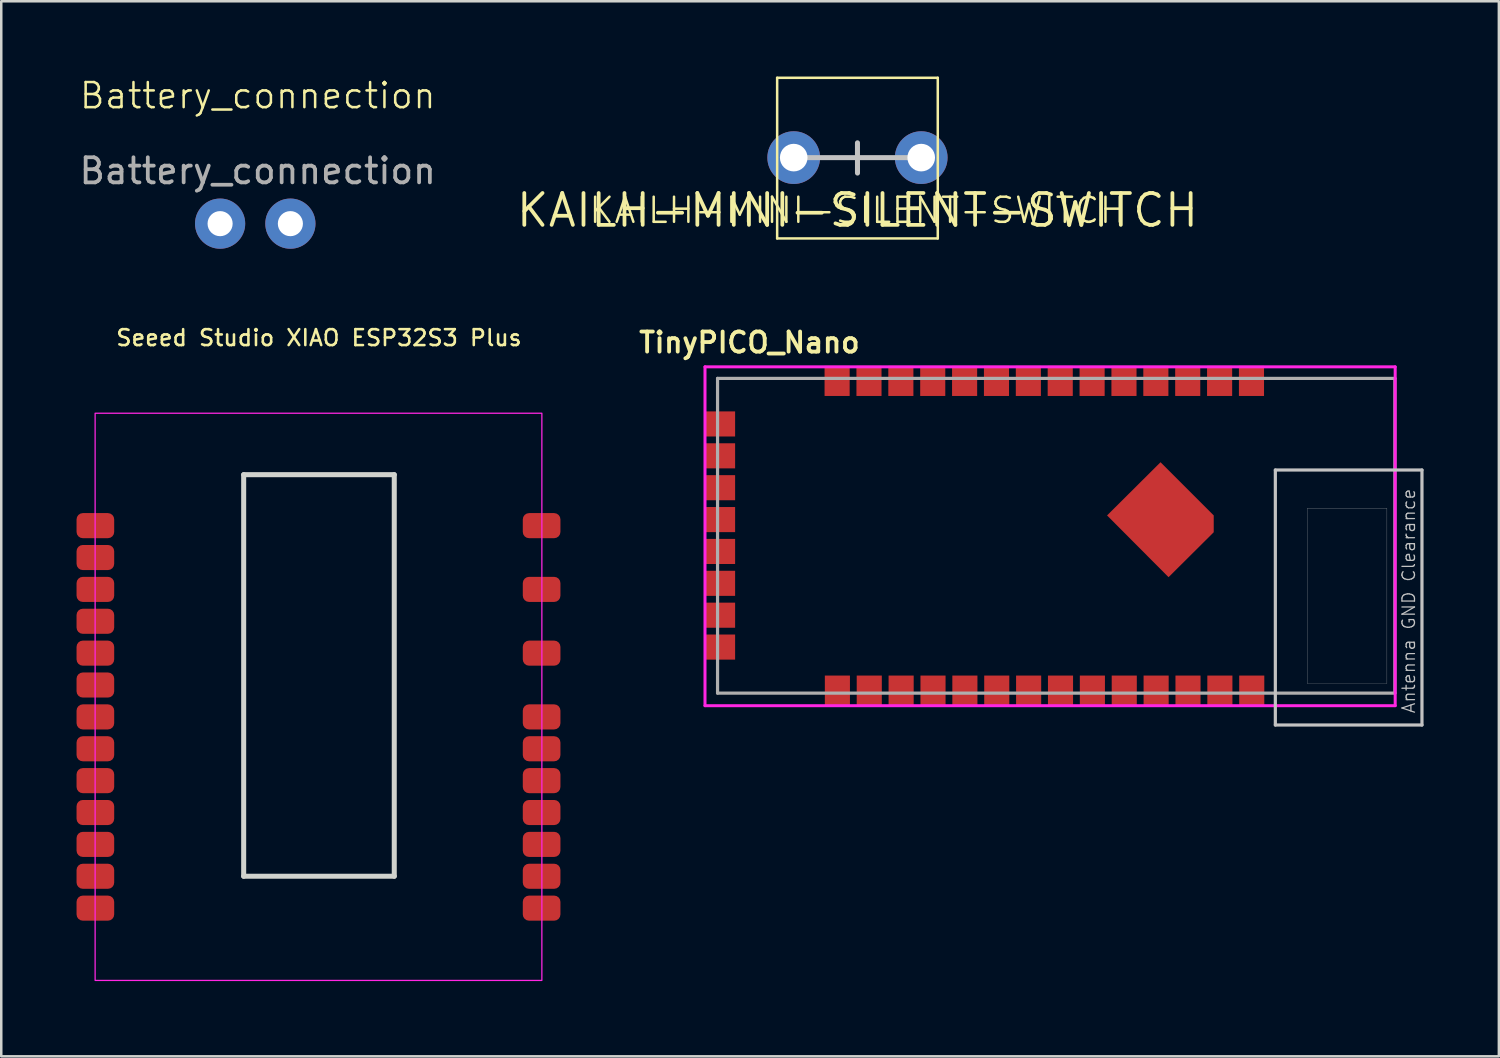
<source format=kicad_pcb>
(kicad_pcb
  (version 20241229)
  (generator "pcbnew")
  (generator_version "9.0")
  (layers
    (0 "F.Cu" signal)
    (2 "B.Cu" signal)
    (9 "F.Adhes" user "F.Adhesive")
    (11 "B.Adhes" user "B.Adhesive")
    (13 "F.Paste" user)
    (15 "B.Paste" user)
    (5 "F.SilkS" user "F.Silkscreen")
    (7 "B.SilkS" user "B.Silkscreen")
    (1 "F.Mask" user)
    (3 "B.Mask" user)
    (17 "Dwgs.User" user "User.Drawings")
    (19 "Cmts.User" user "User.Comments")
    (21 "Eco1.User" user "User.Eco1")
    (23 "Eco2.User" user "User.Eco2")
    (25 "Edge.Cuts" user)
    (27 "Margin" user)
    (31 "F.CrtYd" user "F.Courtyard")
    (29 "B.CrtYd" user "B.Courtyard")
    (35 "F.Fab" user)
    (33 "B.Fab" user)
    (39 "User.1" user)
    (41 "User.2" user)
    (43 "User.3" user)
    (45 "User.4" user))
  (footprint "Seeed Studio XIAO ESP32S3 Plus"
    (layer "F.Cu")
    (at 9.659 13.363)
    (property "Reference" "Seeed Studio XIAO ESP32S3 Plus" (at 0 -2.953 0) (unlocked yes) (layer "F.SilkS") (effects (font (size 0.635 0.635) (thickness 0.102))))
    (attr smd)
    (fp_line (start -3 2.5) (end 3 2.5) (stroke (width 0.2) (type solid)) (layer "Edge.Cuts"))
    (fp_line (start -3 18.5) (end -3 2.5) (stroke (width 0.2) (type solid)) (layer "Edge.Cuts"))
    (fp_line (start 3 2.5) (end 3 18.5) (stroke (width 0.2) (type solid)) (layer "Edge.Cuts"))
    (fp_line (start 3 18.5) (end -3 18.5) (stroke (width 0.2) (type solid)) (layer "Edge.Cuts"))
    (fp_rect (start -8.919 0.051) (end 8.881 22.651) (stroke (width 0.05) (type solid)) (fill no) (layer "F.CrtYd"))
    (fp_line (start -4.504 0.069) (end 4.497 0.069) (stroke (width 0.1) (type default)) (layer "User.1"))
    (fp_line (start -4.504 1.571) (end -4.504 0.069) (stroke (width 0.1) (type default)) (layer "User.1"))
    (fp_line (start 4.497 0.069) (end 4.497 1.581) (stroke (width 0.1) (type default)) (layer "User.1"))
    (fp_line (start 4.497 1.581) (end -4.504 1.581) (stroke (width 0.1) (type default)) (layer "User.1"))
    (fp_rect (start -3.829 0.086) (end 3.791 6.436) (stroke (width 0.076) (type default)) (fill no) (layer "User.1"))
    (pad "1" smd roundrect (at -8.909 4.531 270) (size 1 1.5) (layers "F.Cu" "F.Mask" "F.Paste") (roundrect_rratio 0.25))
    (pad "2" smd roundrect (at -8.909 7.071 270) (size 1 1.5) (layers "F.Cu" "F.Mask" "F.Paste") (roundrect_rratio 0.25))
    (pad "3" smd roundrect (at -8.909 9.611 270) (size 1 1.5) (layers "F.Cu" "F.Mask" "F.Paste") (roundrect_rratio 0.25))
    (pad "3V3" smd roundrect (at 8.871 9.611 90) (size 1 1.5) (layers "F.Cu" "F.Mask" "F.Paste") (roundrect_rratio 0.25))
    (pad "4" smd roundrect (at -8.909 12.151 270) (size 1 1.5) (layers "F.Cu" "F.Mask" "F.Paste") (roundrect_rratio 0.25))
    (pad "5" smd roundrect (at -8.909 14.691 270) (size 1 1.5) (layers "F.Cu" "F.Mask" "F.Paste") (roundrect_rratio 0.25))
    (pad "5V" smd roundrect (at 8.871 4.531 90) (size 1 1.5) (layers "F.Cu" "F.Mask" "F.Paste") (roundrect_rratio 0.25))
    (pad "6" smd roundrect (at -8.909 17.231 270) (size 1 1.5) (layers "F.Cu" "F.Mask" "F.Paste") (roundrect_rratio 0.25))
    (pad "7" smd roundrect (at 8.871 17.231 90) (size 1 1.5) (layers "F.Cu" "F.Mask" "F.Paste") (roundrect_rratio 0.25))
    (pad "8" smd roundrect (at 8.871 14.691 90) (size 1 1.5) (layers "F.Cu" "F.Mask" "F.Paste") (roundrect_rratio 0.25))
    (pad "9" smd roundrect (at 8.871 12.151 90) (size 1 1.5) (layers "F.Cu" "F.Mask" "F.Paste") (roundrect_rratio 0.25))
    (pad "10" smd roundrect (at -8.909 18.501 270) (size 1 1.5) (layers "F.Cu" "F.Mask" "F.Paste") (roundrect_rratio 0.25))
    (pad "11" smd roundrect (at 8.871 18.501 90) (size 1 1.5) (layers "F.Cu" "F.Mask" "F.Paste") (roundrect_rratio 0.25))
    (pad "12" smd roundrect (at 8.871 15.961 90) (size 1 1.5) (layers "F.Cu" "F.Mask" "F.Paste") (roundrect_rratio 0.25))
    (pad "13" smd roundrect (at 8.871 13.421 90) (size 1 1.5) (layers "F.Cu" "F.Mask" "F.Paste") (roundrect_rratio 0.25))
    (pad "38" smd roundrect (at -8.909 5.801 270) (size 1 1.5) (layers "F.Cu" "F.Mask" "F.Paste") (roundrect_rratio 0.25))
    (pad "39" smd roundrect (at -8.909 8.341 270) (size 1 1.5) (layers "F.Cu" "F.Mask" "F.Paste") (roundrect_rratio 0.25))
    (pad "40" smd roundrect (at -8.909 10.881 270) (size 1 1.5) (layers "F.Cu" "F.Mask" "F.Paste") (roundrect_rratio 0.25))
    (pad "41" smd roundrect (at -8.909 13.421 270) (size 1 1.5) (layers "F.Cu" "F.Mask" "F.Paste") (roundrect_rratio 0.25))
    (pad "42" smd roundrect (at -8.909 15.961 270) (size 1 1.5) (layers "F.Cu" "F.Mask" "F.Paste") (roundrect_rratio 0.25))
    (pad "43" smd roundrect (at -8.909 19.771 270) (size 1 1.5) (layers "F.Cu" "F.Mask" "F.Paste") (roundrect_rratio 0.25))
    (pad "44" smd roundrect (at 8.871 19.771 90) (size 1 1.5) (layers "F.Cu" "F.Mask" "F.Paste") (roundrect_rratio 0.25))
    (pad "GND" smd roundrect (at 8.871 7.071 90) (size 1 1.5) (layers "F.Cu" "F.Mask" "F.Paste") (roundrect_rratio 0.25)))
  (footprint "TinyPICO_Nano"
    (layer "F.Cu")
    (at 25.54 24.567)
    (property "Reference" "TinyPICO_Nano" (at 1.27 -13.97 0) (layer "F.SilkS") (effects (font (size 0.8 0.8) (thickness 0.153))))
    (attr smd)
    (fp_poly (pts (xy 16.383 -7.417) (xy 17.145 -7.417) (xy 17.145 -6.655) (xy 16.383 -6.655)) (stroke (width 0.01) (type solid)) (fill yes) (layer "F.Paste"))
    (fp_poly (pts (xy 17.323 -8.382) (xy 18.085 -8.382) (xy 18.085 -7.62) (xy 17.323 -7.62)) (stroke (width 0.01) (type solid)) (fill yes) (layer "F.Paste"))
    (fp_poly (pts (xy 17.424 -6.299) (xy 18.186 -6.299) (xy 18.186 -5.537) (xy 17.424 -5.537)) (stroke (width 0.01) (type solid)) (fill yes) (layer "F.Paste"))
    (fp_poly (pts (xy 18.44 -7.315) (xy 19.202 -7.315) (xy 19.202 -6.553) (xy 18.44 -6.553)) (stroke (width 0.01) (type solid)) (fill yes) (layer "F.Paste"))
    (fp_line (start 22.225 -8.89) (end 28.067 -8.89) (stroke (width 0.127) (type solid)) (layer "Dwgs.User"))
    (fp_line (start 22.225 1.27) (end 22.225 -8.89) (stroke (width 0.127) (type solid)) (layer "Dwgs.User"))
    (fp_line (start 28.067 -8.89) (end 28.067 1.27) (stroke (width 0.127) (type solid)) (layer "Dwgs.User"))
    (fp_line (start 28.067 1.27) (end 22.225 1.27) (stroke (width 0.127) (type solid)) (layer "Dwgs.User"))
    (fp_line (start -0.5 -13) (end 27 -13) (stroke (width 0.12) (type solid)) (layer "F.CrtYd"))
    (fp_line (start -0.5 0.5) (end -0.5 -13) (stroke (width 0.12) (type solid)) (layer "F.CrtYd"))
    (fp_line (start 27 -13) (end 27 0.5) (stroke (width 0.12) (type solid)) (layer "F.CrtYd"))
    (fp_line (start 27 0.5) (end -0.5 0.5) (stroke (width 0.12) (type solid)) (layer "F.CrtYd"))
    (fp_line (start 0 -12.54) (end 26.988 -12.54) (stroke (width 0.127) (type solid)) (layer "F.Fab"))
    (fp_line (start 0 0) (end 0 -12.54) (stroke (width 0.127) (type solid)) (layer "F.Fab"))
    (fp_line (start 26.988 -12.54) (end 26.988 0) (stroke (width 0.127) (type solid)) (layer "F.Fab"))
    (fp_line (start 26.988 0) (end 0 0) (stroke (width 0.127) (type solid)) (layer "F.Fab"))
    (fp_poly (pts (xy 23.495 -7.366) (xy 26.67 -7.366) (xy 26.67 -0.381) (xy 23.495 -0.381)) (stroke (width 0.01) (type solid)) (fill no) (layer "F.Fab"))
    (fp_text user "Antenna GND Clearance" (at 27.54 -3.67 90) (layer "Dwgs.User") (effects (font (size 0.5 0.5) (thickness 0.05))))
    (pad "1" smd rect (at 0.1 -1.835) (size 1.2 1) (layers "F.Cu" "F.Mask" "F.Paste"))
    (pad "2" smd rect (at 0.1 -3.105) (size 1.2 1) (layers "F.Cu" "F.Mask" "F.Paste"))
    (pad "2" smd custom (at 17.678 -7.036) (size 2.032 2.032) (layers "F.Cu" "F.Mask" "F.Paste") (options (anchor rect)) (primitives (gr_poly (pts (xy 2.092 -0.044) (xy 2.092 0.626) (xy 0.292 2.416) (xy -2.158 -0.044) (xy -0.028 -2.164)) (width 0.0001) (fill yes))))
    (pad "3" smd rect (at 0.1 -4.375) (size 1.2 1) (layers "F.Cu" "F.Mask" "F.Paste"))
    (pad "4" smd rect (at 0.1 -5.645) (size 1.2 1) (layers "F.Cu" "F.Mask" "F.Paste"))
    (pad "5" smd rect (at 0.1 -6.915) (size 1.2 1) (layers "F.Cu" "F.Mask" "F.Paste"))
    (pad "6" smd rect (at 0.1 -8.185) (size 1.2 1) (layers "F.Cu" "F.Mask" "F.Paste"))
    (pad "7" smd rect (at 0.1 -9.455) (size 1.2 1) (layers "F.Cu" "F.Mask" "F.Paste"))
    (pad "8" smd rect (at 0.1 -10.725) (size 1.2 1) (layers "F.Cu" "F.Mask" "F.Paste"))
    (pad "9" smd rect (at 4.764 -12.44) (size 1 1.2) (layers "F.Cu" "F.Mask" "F.Paste"))
    (pad "10" smd rect (at 6.034 -12.44) (size 1 1.2) (layers "F.Cu" "F.Mask" "F.Paste"))
    (pad "11" smd rect (at 7.304 -12.44) (size 1 1.2) (layers "F.Cu" "F.Mask" "F.Paste"))
    (pad "12" smd rect (at 8.574 -12.44) (size 1 1.2) (layers "F.Cu" "F.Mask" "F.Paste"))
    (pad "13" smd rect (at 9.844 -12.44) (size 1 1.2) (layers "F.Cu" "F.Mask" "F.Paste"))
    (pad "14" smd rect (at 11.114 -12.44) (size 1 1.2) (layers "F.Cu" "F.Mask" "F.Paste"))
    (pad "15" smd rect (at 12.384 -12.44) (size 1 1.2) (layers "F.Cu" "F.Mask" "F.Paste"))
    (pad "16" smd rect (at 13.654 -12.44) (size 1 1.2) (layers "F.Cu" "F.Mask" "F.Paste"))
    (pad "17" smd rect (at 14.924 -12.44) (size 1 1.2) (layers "F.Cu" "F.Mask" "F.Paste"))
    (pad "18" smd rect (at 16.194 -12.44) (size 1 1.2) (layers "F.Cu" "F.Mask" "F.Paste"))
    (pad "19" smd rect (at 17.464 -12.44) (size 1 1.2) (layers "F.Cu" "F.Mask" "F.Paste"))
    (pad "20" smd rect (at 18.734 -12.44) (size 1 1.2) (layers "F.Cu" "F.Mask" "F.Paste"))
    (pad "21" smd rect (at 20.004 -12.44) (size 1 1.2) (layers "F.Cu" "F.Mask" "F.Paste"))
    (pad "22" smd rect (at 21.274 -12.44) (size 1 1.2) (layers "F.Cu" "F.Mask" "F.Paste"))
    (pad "23" smd rect (at 4.775 -0.1) (size 1 1.2) (layers "F.Cu" "F.Mask" "F.Paste"))
    (pad "24" smd rect (at 6.045 -0.1) (size 1 1.2) (layers "F.Cu" "F.Mask" "F.Paste"))
    (pad "25" smd rect (at 7.315 -0.1) (size 1 1.2) (layers "F.Cu" "F.Mask" "F.Paste"))
    (pad "26" smd rect (at 8.585 -0.1) (size 1 1.2) (layers "F.Cu" "F.Mask" "F.Paste"))
    (pad "27" smd rect (at 9.855 -0.1) (size 1 1.2) (layers "F.Cu" "F.Mask" "F.Paste"))
    (pad "28" smd rect (at 11.125 -0.1) (size 1 1.2) (layers "F.Cu" "F.Mask" "F.Paste"))
    (pad "29" smd rect (at 12.395 -0.1) (size 1 1.2) (layers "F.Cu" "F.Mask" "F.Paste"))
    (pad "30" smd rect (at 13.665 -0.1) (size 1 1.2) (layers "F.Cu" "F.Mask" "F.Paste"))
    (pad "31" smd rect (at 14.935 -0.1) (size 1 1.2) (layers "F.Cu" "F.Mask" "F.Paste"))
    (pad "32" smd rect (at 16.205 -0.1) (size 1 1.2) (layers "F.Cu" "F.Mask" "F.Paste"))
    (pad "33" smd rect (at 17.475 -0.1) (size 1 1.2) (layers "F.Cu" "F.Mask" "F.Paste"))
    (pad "34" smd rect (at 18.745 -0.1) (size 1 1.2) (layers "F.Cu" "F.Mask" "F.Paste"))
    (pad "35" smd rect (at 20.015 -0.1) (size 1 1.2) (layers "F.Cu" "F.Mask" "F.Paste"))
    (pad "36" smd rect (at 21.285 -0.1) (size 1 1.2) (layers "F.Cu" "F.Mask" "F.Paste")))
  (footprint "KAILH-MINI-SILENT-SWITCH"
    (layer "F.Cu")
    (at 31.115 3.23)
    (property "Reference" "KAILH-MINI-SILENT-SWITCH" (at 0 2.1 0) (unlocked yes) (layer "F.SilkS") (effects (font (size 1 1) (thickness 0.1))))
    (attr smd)
    (fp_line (start -3.2 -3.18) (end -3.2 3.22) (stroke (width 0.1) (type default)) (layer "F.SilkS"))
    (fp_line (start -3.2 -3.18) (end 3.2 -3.18) (stroke (width 0.1) (type default)) (layer "F.SilkS"))
    (fp_line (start 3.2 -3.18) (end 3.2 3.22) (stroke (width 0.1) (type default)) (layer "F.SilkS"))
    (fp_line (start 3.2 3.22) (end -3.2 3.22) (stroke (width 0.1) (type default)) (layer "F.SilkS"))
    (fp_line (start -2.54 0) (end 2.54 0) (stroke (width 0.2) (type solid)) (layer "Dwgs.User"))
    (fp_line (start 0 -0.59) (end 0.001 0.616) (stroke (width 0.2) (type solid)) (layer "Dwgs.User"))
    (fp_text user "${REFERENCE}" (at 0 2.1 0) (unlocked yes) (layer "F.SilkS") (effects (font (size 1.27 1.27) (thickness 0.15))))
    (pad "1" thru_hole circle (at -2.54 0) (size 2.1 2.1) (drill 1.1) (layers "*.Cu" "*.Mask"))
    (pad "2" thru_hole circle (at 2.54 0) (size 2.1 2.1) (drill 1.1) (layers "*.Cu" "*.Mask")))
  (footprint "Battery_connection"
    (layer "F.Cu")
    (at 7.12 4.861)
    (property "Reference" "Battery_connection" (at 0.1 -4.1 0) (unlocked yes) (layer "F.SilkS") (effects (font (size 1 1) (thickness 0.1))))
    (attr smd)
    (fp_text user "${REFERENCE}" (at 0.1 -1.1 0) (unlocked yes) (layer "F.Fab") (effects (font (size 1 1) (thickness 0.15))))
    (pad "1" thru_hole circle (at -1.4 1 270) (size 2 2) (drill 1) (layers "*.Cu" "*.Mask"))
    (pad "2" thru_hole circle (at 1.4 1 270) (size 2 2) (drill 1) (layers "*.Cu" "*.Mask")))
  (gr_rect
    (start -3 -3)
    (end 56.671 39.039)
    (stroke (width 0.1) (type default))
    (fill no)
    (layer "Edge.Cuts")))
</source>
